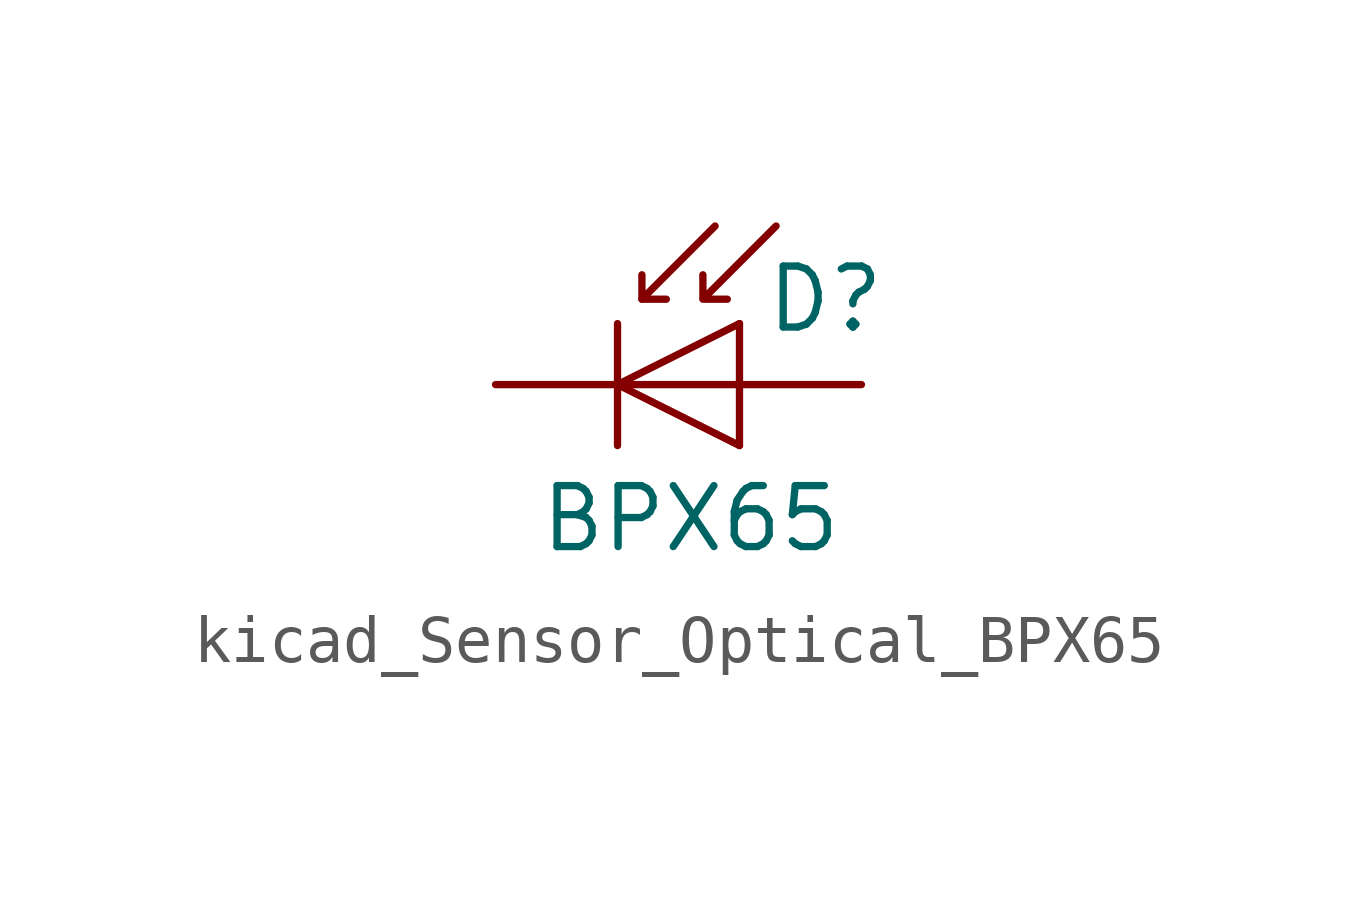
<source format=kicad_sym>
(kicad_symbol_lib
  (version 20220914)
  (generator kicad_symbol_editor)
  (symbol "kicad_Sensor_Optical_BPX65"
    (pin_numbers hide)
    (pin_names
      (offset 1.016) hide)
    (property "Reference" "D"
      (at 0.508 1.778 0)
      (effects (font (size 1.27 1.27)) (justify left)))
    (property "Value" "BPX65"
      (at -1.016 -2.794 0)
      (effects (font (size 1.27 1.27))))
    (symbol "kicad_Sensor_Optical_BPX65_0_1"
      (polyline (pts (xy -2.54 1.27) (xy -2.54 -1.27)) (stroke (width 0.152) (type default)) (fill (type none)))
      (polyline (pts (xy -2.032 1.778) (xy -1.524 1.778)) (stroke (width 0) (type default)) (fill (type none)))
      (polyline (pts (xy 0 -1.27) (xy 0 1.27)) (stroke (width 0) (type default)) (fill (type none)))
      (polyline (pts (xy 0 0) (xy -2.54 0)) (stroke (width 0) (type default)) (fill (type none)))
      (polyline (pts (xy -0.508 3.302) (xy -2.032 1.778) (xy -2.032 2.286)) (stroke (width 0) (type default)) (fill (type none)))
      (polyline (pts (xy 0 1.27) (xy -2.54 0) (xy 0 -1.27)) (stroke (width 0) (type default)) (fill (type none)))
      (polyline (pts (xy 0.762 3.302) (xy -0.762 1.778) (xy -0.762 2.286) (xy -0.762 1.778) (xy -0.254 1.778)) (stroke (width 0) (type default)) (fill (type none))))
    (symbol "kicad_Sensor_Optical_BPX65_1_1"
      (pin passive line (at -5.08 0 0) (length 2.54) (name "K" (effects (font (size 1.27 1.27)))) (number "1" (effects (font (size 1.27 1.27)))))
      (pin passive line (at 2.54 0 180) (length 2.54) (name "A" (effects (font (size 1.27 1.27)))) (number "2" (effects (font (size 1.27 1.27))))))))
</source>
